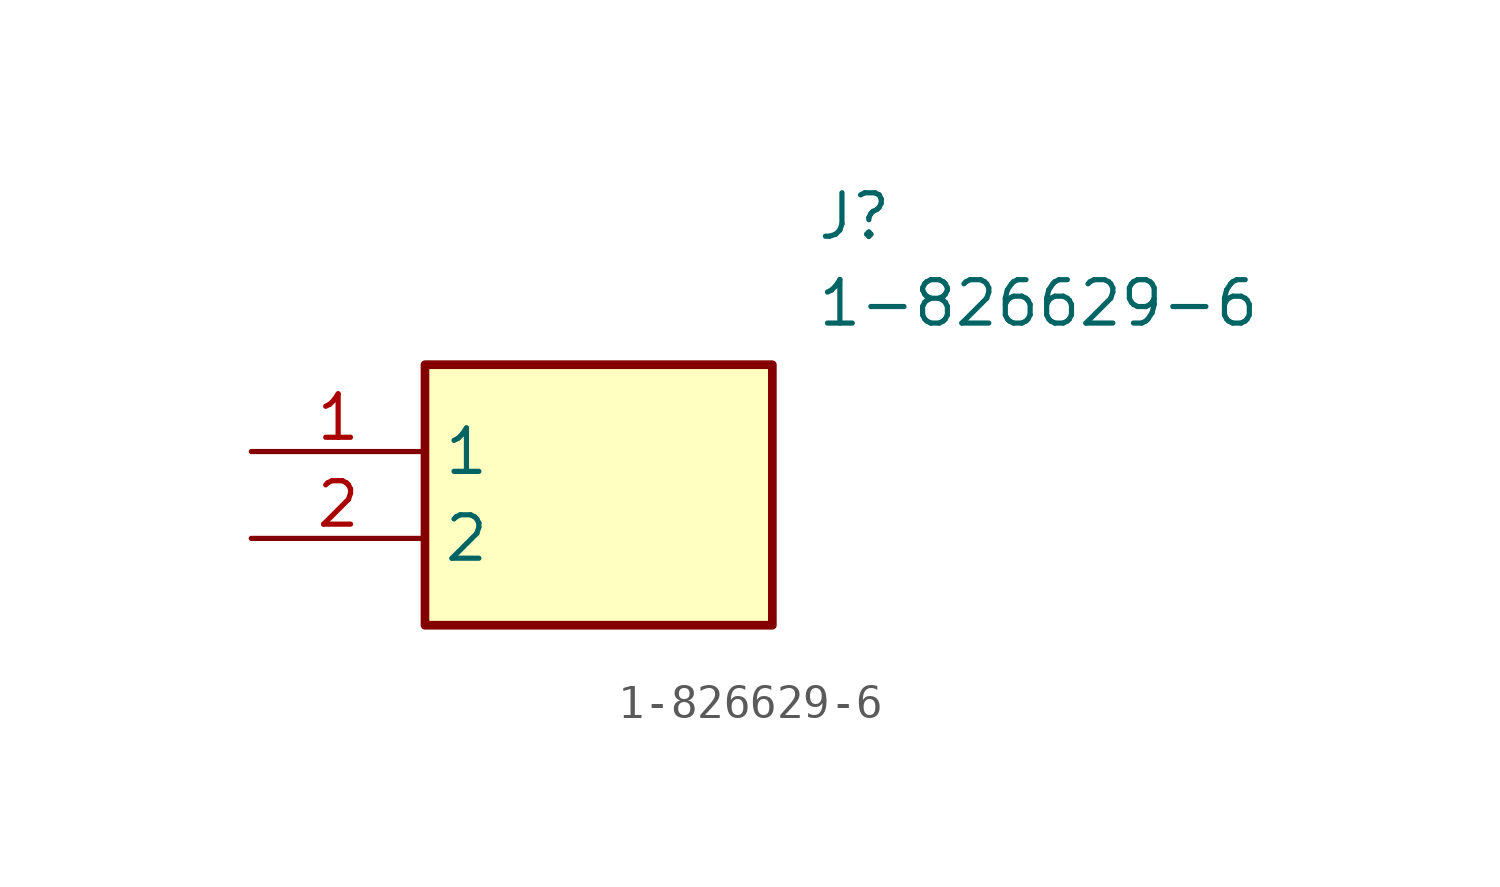
<source format=kicad_sym>
(kicad_symbol_lib
  (version 20231120)
  (generator "kicad_symbol_editor")
  (generator_version "8.0")
  (symbol "1-826629-6"
    (property "Reference" "J"
      (at 16.51 7.62 0)
      (effects (font (size 1.27 1.27)) (justify left top)))
    (property "Value" "1-826629-6"
      (at 16.51 5.08 0)
      (effects (font (size 1.27 1.27)) (justify left top)))
    (symbol "1-826629-6_1_1"
      (rectangle (start 5.08 2.54) (end 15.24 -5.08) (stroke (width 0.254) (type default)) (fill (type background)))
      (pin passive line (at 0 0 0) (length 5.08) (name "1" (effects (font (size 1.27 1.27)))) (number "1" (effects (font (size 1.27 1.27)))))
      (pin passive line (at 0 -2.54 0) (length 5.08) (name "2" (effects (font (size 1.27 1.27)))) (number "2" (effects (font (size 1.27 1.27))))))))
</source>
